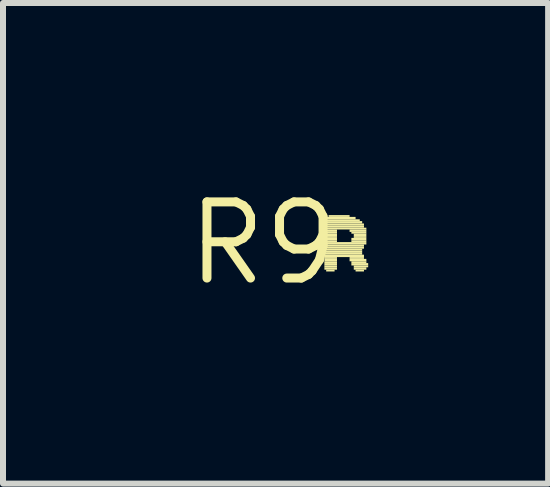
<source format=kicad_pcb>
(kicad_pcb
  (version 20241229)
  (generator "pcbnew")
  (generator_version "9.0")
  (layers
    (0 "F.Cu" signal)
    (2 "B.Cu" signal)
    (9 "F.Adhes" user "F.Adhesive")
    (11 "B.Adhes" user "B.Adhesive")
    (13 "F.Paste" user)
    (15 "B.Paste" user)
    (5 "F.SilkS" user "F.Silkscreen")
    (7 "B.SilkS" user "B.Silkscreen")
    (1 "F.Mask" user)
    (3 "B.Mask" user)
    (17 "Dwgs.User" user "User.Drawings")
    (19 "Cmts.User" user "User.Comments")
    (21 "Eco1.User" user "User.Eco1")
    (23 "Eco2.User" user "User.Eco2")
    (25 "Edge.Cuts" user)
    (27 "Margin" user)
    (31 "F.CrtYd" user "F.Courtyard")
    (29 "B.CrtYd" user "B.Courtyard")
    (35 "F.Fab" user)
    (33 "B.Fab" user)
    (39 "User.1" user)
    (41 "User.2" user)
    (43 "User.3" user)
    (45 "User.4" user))
  (footprint "R9"
    (layer "F.Cu")
    (at 1.338 1.006)
    (property "Reference" "R9" (at 0 0 0) (layer "F.SilkS") (effects (font (size 1.27 1.27) (thickness 0.15))))
    (attr through_hole)
    (fp_poly (pts (xy 1.02 -0.4) (xy 1.54 -0.4) (xy 1.54 -0.44) (xy 1.02 -0.44)) (stroke (width 0) (type solid)) (fill yes) (layer "F.SilkS"))
    (fp_poly (pts (xy 1.02 -0.37) (xy 1.61 -0.37) (xy 1.61 -0.4) (xy 1.02 -0.4)) (stroke (width 0) (type solid)) (fill yes) (layer "F.SilkS"))
    (fp_poly (pts (xy 1.02 -0.33) (xy 1.65 -0.33) (xy 1.65 -0.37) (xy 1.02 -0.37)) (stroke (width 0) (type solid)) (fill yes) (layer "F.SilkS"))
    (fp_poly (pts (xy 1.02 -0.3) (xy 1.68 -0.3) (xy 1.68 -0.33) (xy 1.02 -0.33)) (stroke (width 0) (type solid)) (fill yes) (layer "F.SilkS"))
    (fp_poly (pts (xy 1.02 -0.26) (xy 1.68 -0.26) (xy 1.68 -0.3) (xy 1.02 -0.3)) (stroke (width 0) (type solid)) (fill yes) (layer "F.SilkS"))
    (fp_poly (pts (xy 1.02 -0.23) (xy 1.72 -0.23) (xy 1.72 -0.26) (xy 1.02 -0.26)) (stroke (width 0) (type solid)) (fill yes) (layer "F.SilkS"))
    (fp_poly (pts (xy 1.02 -0.19) (xy 1.23 -0.19) (xy 1.23 -0.23) (xy 1.02 -0.23)) (stroke (width 0) (type solid)) (fill yes) (layer "F.SilkS"))
    (fp_poly (pts (xy 1.02 -0.16) (xy 1.23 -0.16) (xy 1.23 -0.19) (xy 1.02 -0.19)) (stroke (width 0) (type solid)) (fill yes) (layer "F.SilkS"))
    (fp_poly (pts (xy 1.02 -0.12) (xy 1.23 -0.12) (xy 1.23 -0.16) (xy 1.02 -0.16)) (stroke (width 0) (type solid)) (fill yes) (layer "F.SilkS"))
    (fp_poly (pts (xy 1.02 -0.09) (xy 1.23 -0.09) (xy 1.23 -0.12) (xy 1.02 -0.12)) (stroke (width 0) (type solid)) (fill yes) (layer "F.SilkS"))
    (fp_poly (pts (xy 1.02 -0.05) (xy 1.23 -0.05) (xy 1.23 -0.09) (xy 1.02 -0.09)) (stroke (width 0) (type solid)) (fill yes) (layer "F.SilkS"))
    (fp_poly (pts (xy 1.02 -0.02) (xy 1.23 -0.02) (xy 1.23 -0.05) (xy 1.02 -0.05)) (stroke (width 0) (type solid)) (fill yes) (layer "F.SilkS"))
    (fp_poly (pts (xy 1.02 0.02) (xy 1.72 0.02) (xy 1.72 -0.02) (xy 1.02 -0.02)) (stroke (width 0) (type solid)) (fill yes) (layer "F.SilkS"))
    (fp_poly (pts (xy 1.02 0.05) (xy 1.68 0.05) (xy 1.68 0.02) (xy 1.02 0.02)) (stroke (width 0) (type solid)) (fill yes) (layer "F.SilkS"))
    (fp_poly (pts (xy 1.02 0.09) (xy 1.68 0.09) (xy 1.68 0.05) (xy 1.02 0.05)) (stroke (width 0) (type solid)) (fill yes) (layer "F.SilkS"))
    (fp_poly (pts (xy 1.02 0.12) (xy 1.65 0.12) (xy 1.65 0.09) (xy 1.02 0.09)) (stroke (width 0) (type solid)) (fill yes) (layer "F.SilkS"))
    (fp_poly (pts (xy 1.02 0.16) (xy 1.65 0.16) (xy 1.65 0.12) (xy 1.02 0.12)) (stroke (width 0) (type solid)) (fill yes) (layer "F.SilkS"))
    (fp_poly (pts (xy 1.02 0.19) (xy 1.65 0.19) (xy 1.65 0.16) (xy 1.02 0.16)) (stroke (width 0) (type solid)) (fill yes) (layer "F.SilkS"))
    (fp_poly (pts (xy 1.02 0.23) (xy 1.68 0.23) (xy 1.68 0.19) (xy 1.02 0.19)) (stroke (width 0) (type solid)) (fill yes) (layer "F.SilkS"))
    (fp_poly (pts (xy 1.02 0.26) (xy 1.23 0.26) (xy 1.23 0.23) (xy 1.02 0.23)) (stroke (width 0) (type solid)) (fill yes) (layer "F.SilkS"))
    (fp_poly (pts (xy 1.02 0.3) (xy 1.23 0.3) (xy 1.23 0.26) (xy 1.02 0.26)) (stroke (width 0) (type solid)) (fill yes) (layer "F.SilkS"))
    (fp_poly (pts (xy 1.02 0.33) (xy 1.23 0.33) (xy 1.23 0.3) (xy 1.02 0.3)) (stroke (width 0) (type solid)) (fill yes) (layer "F.SilkS"))
    (fp_poly (pts (xy 1.02 0.37) (xy 1.23 0.37) (xy 1.23 0.33) (xy 1.02 0.33)) (stroke (width 0) (type solid)) (fill yes) (layer "F.SilkS"))
    (fp_poly (pts (xy 1.02 0.4) (xy 1.23 0.4) (xy 1.23 0.37) (xy 1.02 0.37)) (stroke (width 0) (type solid)) (fill yes) (layer "F.SilkS"))
    (fp_poly (pts (xy 1.02 0.44) (xy 1.23 0.44) (xy 1.23 0.4) (xy 1.02 0.4)) (stroke (width 0) (type solid)) (fill yes) (layer "F.SilkS"))
    (fp_poly (pts (xy 1.05 0.47) (xy 1.19 0.47) (xy 1.19 0.44) (xy 1.05 0.44)) (stroke (width 0) (type solid)) (fill yes) (layer "F.SilkS"))
    (fp_poly (pts (xy 1.09 -0.44) (xy 1.44 -0.44) (xy 1.44 -0.47) (xy 1.09 -0.47)) (stroke (width 0) (type solid)) (fill yes) (layer "F.SilkS"))
    (fp_poly (pts (xy 1.44 -0.19) (xy 1.72 -0.19) (xy 1.72 -0.23) (xy 1.44 -0.23)) (stroke (width 0) (type solid)) (fill yes) (layer "F.SilkS"))
    (fp_poly (pts (xy 1.44 0.26) (xy 1.68 0.26) (xy 1.68 0.23) (xy 1.44 0.23)) (stroke (width 0) (type solid)) (fill yes) (layer "F.SilkS"))
    (fp_poly (pts (xy 1.44 0.3) (xy 1.72 0.3) (xy 1.72 0.26) (xy 1.44 0.26)) (stroke (width 0) (type solid)) (fill yes) (layer "F.SilkS"))
    (fp_poly (pts (xy 1.47 -0.16) (xy 1.72 -0.16) (xy 1.72 -0.19) (xy 1.47 -0.19)) (stroke (width 0) (type solid)) (fill yes) (layer "F.SilkS"))
    (fp_poly (pts (xy 1.47 -0.05) (xy 1.72 -0.05) (xy 1.72 -0.09) (xy 1.47 -0.09)) (stroke (width 0) (type solid)) (fill yes) (layer "F.SilkS"))
    (fp_poly (pts (xy 1.47 -0.02) (xy 1.72 -0.02) (xy 1.72 -0.05) (xy 1.47 -0.05)) (stroke (width 0) (type solid)) (fill yes) (layer "F.SilkS"))
    (fp_poly (pts (xy 1.47 0.33) (xy 1.72 0.33) (xy 1.72 0.3) (xy 1.47 0.3)) (stroke (width 0) (type solid)) (fill yes) (layer "F.SilkS"))
    (fp_poly (pts (xy 1.47 0.37) (xy 1.75 0.37) (xy 1.75 0.33) (xy 1.47 0.33)) (stroke (width 0) (type solid)) (fill yes) (layer "F.SilkS"))
    (fp_poly (pts (xy 1.51 -0.12) (xy 1.72 -0.12) (xy 1.72 -0.16) (xy 1.51 -0.16)) (stroke (width 0) (type solid)) (fill yes) (layer "F.SilkS"))
    (fp_poly (pts (xy 1.51 -0.09) (xy 1.72 -0.09) (xy 1.72 -0.12) (xy 1.51 -0.12)) (stroke (width 0) (type solid)) (fill yes) (layer "F.SilkS"))
    (fp_poly (pts (xy 1.51 0.4) (xy 1.75 0.4) (xy 1.75 0.37) (xy 1.51 0.37)) (stroke (width 0) (type solid)) (fill yes) (layer "F.SilkS"))
    (fp_poly (pts (xy 1.51 0.44) (xy 1.72 0.44) (xy 1.72 0.4) (xy 1.51 0.4)) (stroke (width 0) (type solid)) (fill yes) (layer "F.SilkS"))
    (fp_poly (pts (xy 1.54 0.47) (xy 1.68 0.47) (xy 1.68 0.44) (xy 1.54 0.44)) (stroke (width 0) (type solid)) (fill yes) (layer "F.SilkS")))
  (gr_rect
    (start -3 -3)
    (end 6.088 5.012)
    (stroke (width 0.1) (type default))
    (fill no)
    (layer "Edge.Cuts")))
</source>
